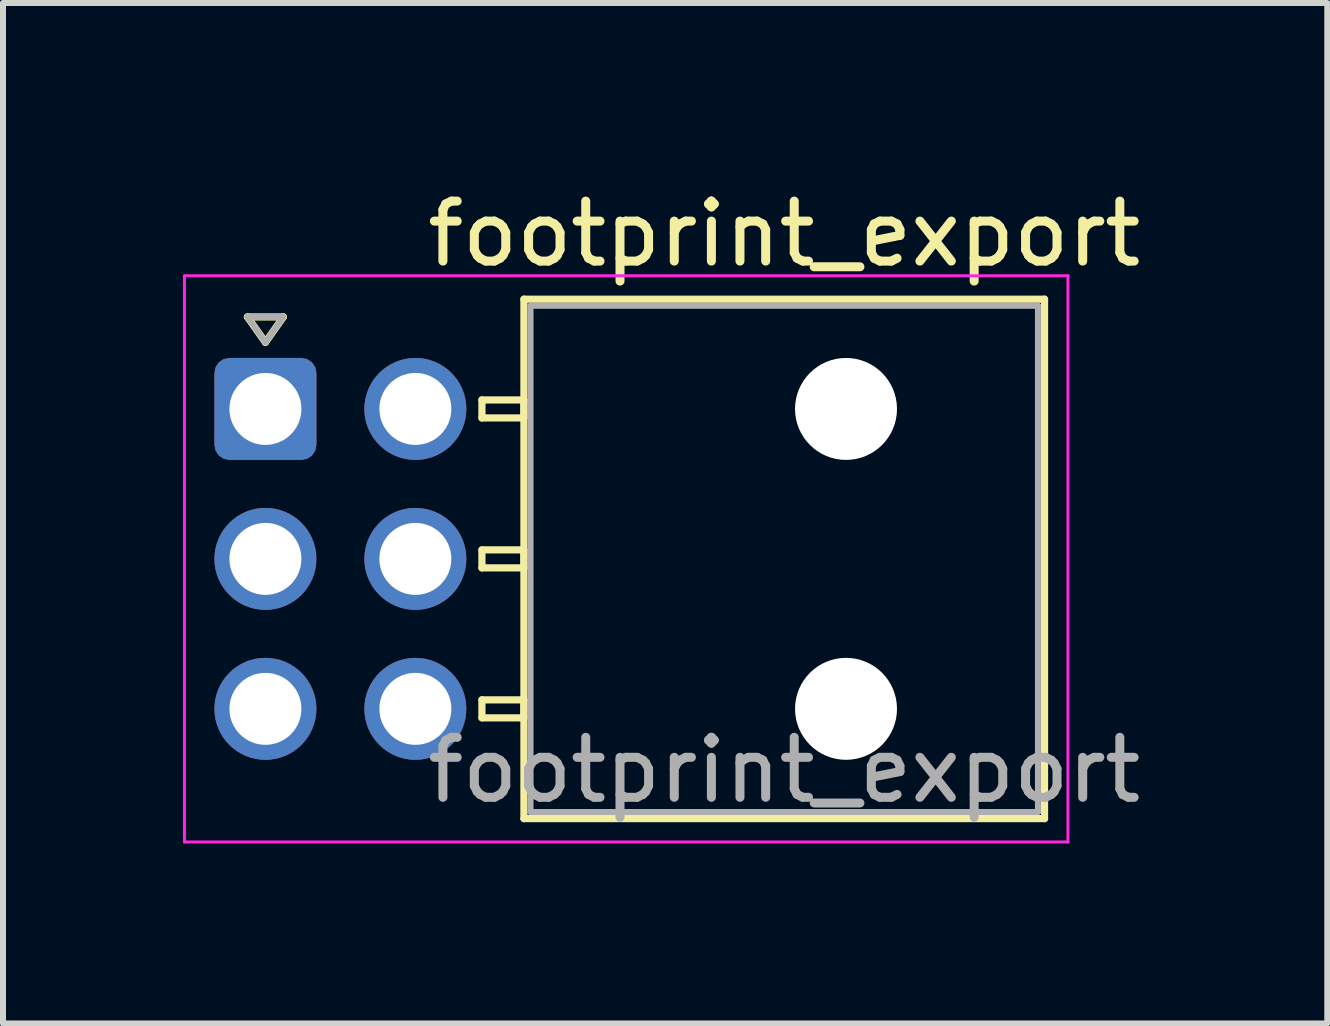
<source format=kicad_pcb>
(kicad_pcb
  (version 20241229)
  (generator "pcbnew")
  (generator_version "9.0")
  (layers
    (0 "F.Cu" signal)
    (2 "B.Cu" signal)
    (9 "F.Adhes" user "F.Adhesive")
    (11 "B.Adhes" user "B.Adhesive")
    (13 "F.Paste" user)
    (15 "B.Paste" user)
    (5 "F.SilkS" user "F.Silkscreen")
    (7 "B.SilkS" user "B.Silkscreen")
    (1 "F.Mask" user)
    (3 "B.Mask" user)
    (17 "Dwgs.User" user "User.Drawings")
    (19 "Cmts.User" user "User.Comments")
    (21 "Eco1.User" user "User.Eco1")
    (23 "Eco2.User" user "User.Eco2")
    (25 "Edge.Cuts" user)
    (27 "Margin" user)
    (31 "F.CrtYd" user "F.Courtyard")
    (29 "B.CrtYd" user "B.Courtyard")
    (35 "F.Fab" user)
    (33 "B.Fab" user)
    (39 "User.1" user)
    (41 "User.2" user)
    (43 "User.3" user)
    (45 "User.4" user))
  (footprint "footprint_export"
    (layer "F.Cu")
    (at 1.375 3.768)
    (property "Reference" "footprint_export" (at 8.65 -2.92 0) (layer "F.SilkS") (effects (font (size 1 1) (thickness 0.15))))
    (attr through_hole)
    (fp_line (start -0.3 -1.534) (end 0 -1.11) (stroke (width 0.12) (type solid)) (layer "F.SilkS"))
    (fp_line (start 0 -1.11) (end 0.3 -1.534) (stroke (width 0.12) (type solid)) (layer "F.SilkS"))
    (fp_line (start 0.3 -1.534) (end -0.3 -1.534) (stroke (width 0.12) (type solid)) (layer "F.SilkS"))
    (fp_line (start 3.61 -0.15) (end 3.61 0.15) (stroke (width 0.12) (type solid)) (layer "F.SilkS"))
    (fp_line (start 3.61 0.15) (end 4.31 0.15) (stroke (width 0.12) (type solid)) (layer "F.SilkS"))
    (fp_line (start 3.61 2.35) (end 3.61 2.65) (stroke (width 0.12) (type solid)) (layer "F.SilkS"))
    (fp_line (start 3.61 2.65) (end 4.31 2.65) (stroke (width 0.12) (type solid)) (layer "F.SilkS"))
    (fp_line (start 3.61 4.85) (end 3.61 5.15) (stroke (width 0.12) (type solid)) (layer "F.SilkS"))
    (fp_line (start 3.61 5.15) (end 4.31 5.15) (stroke (width 0.12) (type solid)) (layer "F.SilkS"))
    (fp_line (start 4.31 -1.83) (end 4.31 6.83) (stroke (width 0.12) (type solid)) (layer "F.SilkS"))
    (fp_line (start 4.31 -0.15) (end 3.61 -0.15) (stroke (width 0.12) (type solid)) (layer "F.SilkS"))
    (fp_line (start 4.31 0.15) (end 4.31 -0.15) (stroke (width 0.12) (type solid)) (layer "F.SilkS"))
    (fp_line (start 4.31 2.35) (end 3.61 2.35) (stroke (width 0.12) (type solid)) (layer "F.SilkS"))
    (fp_line (start 4.31 2.65) (end 4.31 2.35) (stroke (width 0.12) (type solid)) (layer "F.SilkS"))
    (fp_line (start 4.31 4.85) (end 3.61 4.85) (stroke (width 0.12) (type solid)) (layer "F.SilkS"))
    (fp_line (start 4.31 5.15) (end 4.31 4.85) (stroke (width 0.12) (type solid)) (layer "F.SilkS"))
    (fp_line (start 4.31 6.83) (end 12.99 6.83) (stroke (width 0.12) (type solid)) (layer "F.SilkS"))
    (fp_line (start 12.99 -1.83) (end 4.31 -1.83) (stroke (width 0.12) (type solid)) (layer "F.SilkS"))
    (fp_line (start 12.99 6.83) (end 12.99 -1.83) (stroke (width 0.12) (type solid)) (layer "F.SilkS"))
    (fp_line (start -1.35 -2.22) (end -1.35 7.22) (stroke (width 0.05) (type solid)) (layer "F.CrtYd"))
    (fp_line (start -1.35 7.22) (end 13.38 7.22) (stroke (width 0.05) (type solid)) (layer "F.CrtYd"))
    (fp_line (start 13.38 -2.22) (end -1.35 -2.22) (stroke (width 0.05) (type solid)) (layer "F.CrtYd"))
    (fp_line (start 13.38 7.22) (end 13.38 -2.22) (stroke (width 0.05) (type solid)) (layer "F.CrtYd"))
    (fp_line (start -0.3 -1.534) (end 0 -1.11) (stroke (width 0.1) (type solid)) (layer "F.Fab"))
    (fp_line (start 0 -1.11) (end 0.3 -1.534) (stroke (width 0.1) (type solid)) (layer "F.Fab"))
    (fp_line (start 0.3 -1.534) (end -0.3 -1.534) (stroke (width 0.1) (type solid)) (layer "F.Fab"))
    (fp_line (start 4.42 -1.72) (end 4.42 6.72) (stroke (width 0.1) (type solid)) (layer "F.Fab"))
    (fp_line (start 4.42 6.72) (end 12.88 6.72) (stroke (width 0.1) (type solid)) (layer "F.Fab"))
    (fp_line (start 12.88 -1.72) (end 4.42 -1.72) (stroke (width 0.1) (type solid)) (layer "F.Fab"))
    (fp_line (start 12.88 6.72) (end 12.88 -1.72) (stroke (width 0.1) (type solid)) (layer "F.Fab"))
    (fp_text user "${REFERENCE}" (at 8.65 6.02 0) (layer "F.Fab") (effects (font (size 1 1) (thickness 0.15))))
    (pad "" np_thru_hole circle (at 9.68 0) (size 1.7 1.7) (drill 1.7) (layers "*.Cu" "*.Mask"))
    (pad "" np_thru_hole circle (at 9.68 5) (size 1.7 1.7) (drill 1.7) (layers "*.Cu" "*.Mask"))
    (pad "1" thru_hole roundrect (at 0 0) (size 1.7 1.7) (drill 1.2) (layers "*.Cu" "*.Mask") (roundrect_rratio 0.147))
    (pad "2" thru_hole circle (at 0 2.5) (size 1.7 1.7) (drill 1.2) (layers "*.Cu" "*.Mask"))
    (pad "3" thru_hole circle (at 0 5) (size 1.7 1.7) (drill 1.2) (layers "*.Cu" "*.Mask"))
    (pad "4" thru_hole circle (at 2.5 0) (size 1.7 1.7) (drill 1.2) (layers "*.Cu" "*.Mask"))
    (pad "5" thru_hole circle (at 2.5 2.5) (size 1.7 1.7) (drill 1.2) (layers "*.Cu" "*.Mask"))
    (pad "6" thru_hole circle (at 2.5 5) (size 1.7 1.7) (drill 1.2) (layers "*.Cu" "*.Mask")))
  (gr_rect
    (start -3 -3)
    (end 19.079 14.013)
    (stroke (width 0.1) (type default))
    (fill no)
    (layer "Edge.Cuts")))
</source>
